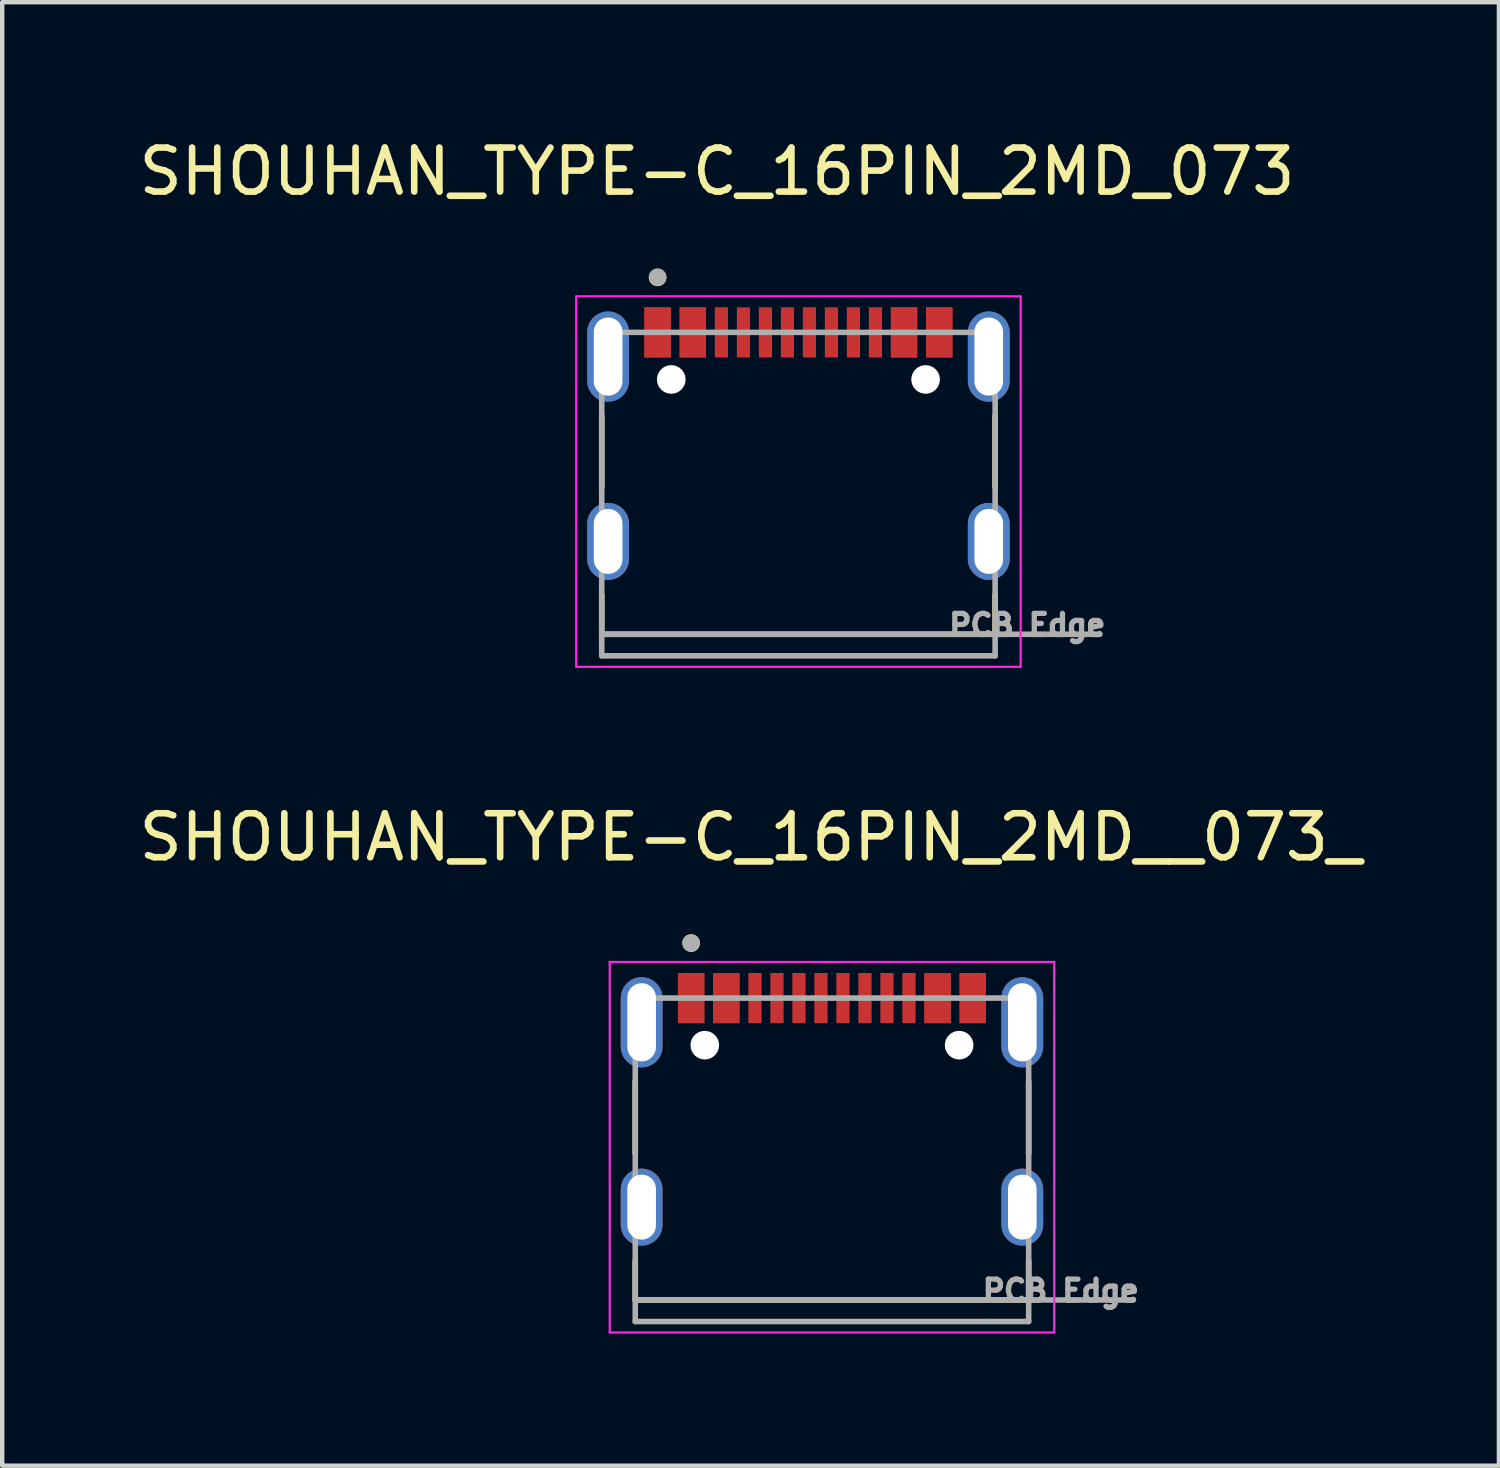
<source format=kicad_pcb>
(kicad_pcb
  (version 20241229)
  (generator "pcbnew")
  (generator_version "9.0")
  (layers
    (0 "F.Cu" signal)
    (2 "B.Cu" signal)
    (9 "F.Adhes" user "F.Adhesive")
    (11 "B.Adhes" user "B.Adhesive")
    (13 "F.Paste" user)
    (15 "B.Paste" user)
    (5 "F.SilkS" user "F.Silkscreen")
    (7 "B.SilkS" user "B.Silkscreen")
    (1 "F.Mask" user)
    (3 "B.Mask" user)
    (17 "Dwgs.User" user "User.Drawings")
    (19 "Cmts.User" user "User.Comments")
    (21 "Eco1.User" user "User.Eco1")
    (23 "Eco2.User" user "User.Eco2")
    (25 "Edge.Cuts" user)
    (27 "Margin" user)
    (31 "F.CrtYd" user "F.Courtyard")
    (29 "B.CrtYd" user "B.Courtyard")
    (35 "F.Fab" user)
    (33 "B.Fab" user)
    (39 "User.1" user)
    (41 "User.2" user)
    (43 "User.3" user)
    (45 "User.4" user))
  (footprint "SHOUHAN_TYPE-C_16PIN_2MD__073_"
    (layer "F.Cu")
    (at 15.856 23.306)
    (property "Reference" "SHOUHAN_TYPE-C_16PIN_2MD__073_" (at -1.85 -7.33 0) (layer "F.SilkS") (effects (font (size 1 1) (thickness 0.15))))
    (attr smd)
    (fp_poly (pts (xy -3.55 -4.295) (xy -2.85 -4.295) (xy -2.85 -3.055) (xy -3.55 -3.055)) (stroke (width 0.01) (type solid)) (fill yes) (layer "F.Mask"))
    (fp_poly (pts (xy -2.75 -4.295) (xy -2.05 -4.295) (xy -2.05 -3.055) (xy -2.75 -3.055)) (stroke (width 0.01) (type solid)) (fill yes) (layer "F.Mask"))
    (fp_poly (pts (xy -1.95 -4.295) (xy -1.55 -4.295) (xy -1.55 -3.055) (xy -1.95 -3.055)) (stroke (width 0.01) (type solid)) (fill yes) (layer "F.Mask"))
    (fp_poly (pts (xy -1.45 -4.295) (xy -1.05 -4.295) (xy -1.05 -3.055) (xy -1.45 -3.055)) (stroke (width 0.01) (type solid)) (fill yes) (layer "F.Mask"))
    (fp_poly (pts (xy -0.95 -4.295) (xy -0.55 -4.295) (xy -0.55 -3.055) (xy -0.95 -3.055)) (stroke (width 0.01) (type solid)) (fill yes) (layer "F.Mask"))
    (fp_poly (pts (xy -0.45 -4.295) (xy -0.05 -4.295) (xy -0.05 -3.055) (xy -0.45 -3.055)) (stroke (width 0.01) (type solid)) (fill yes) (layer "F.Mask"))
    (fp_poly (pts (xy 0.05 -4.295) (xy 0.45 -4.295) (xy 0.45 -3.055) (xy 0.05 -3.055)) (stroke (width 0.01) (type solid)) (fill yes) (layer "F.Mask"))
    (fp_poly (pts (xy 0.55 -4.295) (xy 0.95 -4.295) (xy 0.95 -3.055) (xy 0.55 -3.055)) (stroke (width 0.01) (type solid)) (fill yes) (layer "F.Mask"))
    (fp_poly (pts (xy 1.05 -4.295) (xy 1.45 -4.295) (xy 1.45 -3.055) (xy 1.05 -3.055)) (stroke (width 0.01) (type solid)) (fill yes) (layer "F.Mask"))
    (fp_poly (pts (xy 1.55 -4.295) (xy 1.95 -4.295) (xy 1.95 -3.055) (xy 1.55 -3.055)) (stroke (width 0.01) (type solid)) (fill yes) (layer "F.Mask"))
    (fp_poly (pts (xy 2.05 -4.295) (xy 2.75 -4.295) (xy 2.75 -3.055) (xy 2.05 -3.055)) (stroke (width 0.01) (type solid)) (fill yes) (layer "F.Mask"))
    (fp_poly (pts (xy 2.85 -4.295) (xy 3.55 -4.295) (xy 3.55 -3.055) (xy 2.85 -3.055)) (stroke (width 0.01) (type solid)) (fill yes) (layer "F.Mask"))
    (fp_line (start -4.47 -1.775) (end -4.47 -0.145) (stroke (width 0.127) (type solid)) (layer "F.SilkS"))
    (fp_line (start -4.47 3.185) (end -4.47 2.295) (stroke (width 0.127) (type solid)) (layer "F.SilkS"))
    (fp_line (start -4.47 3.185) (end 4.47 3.185) (stroke (width 0.127) (type solid)) (layer "F.SilkS"))
    (fp_line (start 4.47 -1.775) (end 4.47 -0.145) (stroke (width 0.127) (type solid)) (layer "F.SilkS"))
    (fp_line (start 4.47 3.185) (end 4.47 2.295) (stroke (width 0.127) (type solid)) (layer "F.SilkS"))
    (fp_circle (center -3.2 -4.925) (end -3.1 -4.925) (stroke (width 0.2) (type solid)) (fill no) (layer "F.SilkS"))
    (fp_line (start -5.05 -4.495) (end -5.05 3.925) (stroke (width 0.05) (type solid)) (layer "F.CrtYd"))
    (fp_line (start -5.05 3.925) (end 5.05 3.925) (stroke (width 0.05) (type solid)) (layer "F.CrtYd"))
    (fp_line (start 5.05 -4.495) (end -5.05 -4.495) (stroke (width 0.05) (type solid)) (layer "F.CrtYd"))
    (fp_line (start 5.05 3.925) (end 5.05 -4.495) (stroke (width 0.05) (type solid)) (layer "F.CrtYd"))
    (fp_line (start -4.47 -3.675) (end -4.47 3.185) (stroke (width 0.127) (type solid)) (layer "F.Fab"))
    (fp_line (start -4.47 3.185) (end -4.47 3.675) (stroke (width 0.127) (type solid)) (layer "F.Fab"))
    (fp_line (start -4.47 3.185) (end 6.85 3.185) (stroke (width 0.127) (type solid)) (layer "F.Fab"))
    (fp_line (start -4.47 3.675) (end 4.47 3.675) (stroke (width 0.127) (type solid)) (layer "F.Fab"))
    (fp_line (start 4.47 -3.675) (end -4.47 -3.675) (stroke (width 0.127) (type solid)) (layer "F.Fab"))
    (fp_line (start 4.47 3.675) (end 4.47 -3.675) (stroke (width 0.127) (type solid)) (layer "F.Fab"))
    (fp_circle (center -3.2 -4.925) (end -3.1 -4.925) (stroke (width 0.2) (type solid)) (fill no) (layer "F.Fab"))
    (fp_text user "PCB Edge" (at 5.2 2.975 0) (layer "F.Fab") (effects (font (size 0.48 0.48) (thickness 0.15))))
    (pad "" np_thru_hole circle (at -2.89 -2.605) (size 0.65 0.65) (drill 0.65) (layers "*.Cu" "*.Mask"))
    (pad "" np_thru_hole circle (at 2.89 -2.605) (size 0.65 0.65) (drill 0.65) (layers "*.Cu" "*.Mask"))
    (pad "A1" smd rect (at -3.2 -3.675) (size 0.6 1.14) (layers "F.Cu" "F.Paste"))
    (pad "A4" smd rect (at -2.4 -3.675) (size 0.6 1.14) (layers "F.Cu" "F.Paste"))
    (pad "A5" smd rect (at -1.25 -3.675) (size 0.3 1.14) (layers "F.Cu" "F.Paste"))
    (pad "A6" smd rect (at -0.25 -3.675) (size 0.3 1.14) (layers "F.Cu" "F.Paste"))
    (pad "A7" smd rect (at 0.25 -3.675) (size 0.3 1.14) (layers "F.Cu" "F.Paste"))
    (pad "A8" smd rect (at 1.25 -3.675) (size 0.3 1.14) (layers "F.Cu" "F.Paste"))
    (pad "A9" smd rect (at 2.4 -3.675) (size 0.6 1.14) (layers "F.Cu" "F.Paste"))
    (pad "A12" smd rect (at 3.2 -3.675) (size 0.6 1.14) (layers "F.Cu" "F.Paste"))
    (pad "B1" smd rect (at 3.2 -3.675) (size 0.6 1.14) (layers "F.Cu" "F.Paste"))
    (pad "B4" smd rect (at 2.4 -3.675) (size 0.6 1.14) (layers "F.Cu" "F.Paste"))
    (pad "B5" smd rect (at 1.75 -3.675) (size 0.3 1.14) (layers "F.Cu" "F.Paste"))
    (pad "B6" smd rect (at 0.75 -3.675) (size 0.3 1.14) (layers "F.Cu" "F.Paste"))
    (pad "B7" smd rect (at -0.75 -3.675) (size 0.3 1.14) (layers "F.Cu" "F.Paste"))
    (pad "B8" smd rect (at -1.75 -3.675) (size 0.3 1.14) (layers "F.Cu" "F.Paste"))
    (pad "B9" smd rect (at -2.4 -3.675) (size 0.6 1.14) (layers "F.Cu" "F.Paste"))
    (pad "B12" smd rect (at -3.2 -3.675) (size 0.6 1.14) (layers "F.Cu" "F.Paste"))
    (pad "S1" thru_hole oval (at -4.325 -3.125) (size 0.95 2.05) (drill oval 0.65 1.776) (layers "*.Cu" "*.Mask"))
    (pad "S1" thru_hole oval (at -4.325 1.075) (size 0.95 1.75) (drill oval 0.65 1.476) (layers "*.Cu" "*.Mask"))
    (pad "S1" thru_hole oval (at 4.325 -3.125) (size 0.95 2.05) (drill oval 0.65 1.776) (layers "*.Cu" "*.Mask"))
    (pad "S1" thru_hole oval (at 4.325 1.075) (size 0.95 1.75) (drill oval 0.65 1.476) (layers "*.Cu" "*.Mask")))
  (footprint "SHOUHAN_TYPE-C_16PIN_2MD_073"
    (layer "F.Cu")
    (at 15.094 8.178)
    (property "Reference" "SHOUHAN_TYPE-C_16PIN_2MD_073" (at -1.85 -7.33 0) (layer "F.SilkS") (effects (font (size 1 1) (thickness 0.15))))
    (attr smd)
    (fp_poly (pts (xy -3.55 -4.295) (xy -2.85 -4.295) (xy -2.85 -3.055) (xy -3.55 -3.055)) (stroke (width 0.01) (type solid)) (fill yes) (layer "F.Mask"))
    (fp_poly (pts (xy -2.75 -4.295) (xy -2.05 -4.295) (xy -2.05 -3.055) (xy -2.75 -3.055)) (stroke (width 0.01) (type solid)) (fill yes) (layer "F.Mask"))
    (fp_poly (pts (xy -1.95 -4.295) (xy -1.55 -4.295) (xy -1.55 -3.055) (xy -1.95 -3.055)) (stroke (width 0.01) (type solid)) (fill yes) (layer "F.Mask"))
    (fp_poly (pts (xy -1.45 -4.295) (xy -1.05 -4.295) (xy -1.05 -3.055) (xy -1.45 -3.055)) (stroke (width 0.01) (type solid)) (fill yes) (layer "F.Mask"))
    (fp_poly (pts (xy -0.95 -4.295) (xy -0.55 -4.295) (xy -0.55 -3.055) (xy -0.95 -3.055)) (stroke (width 0.01) (type solid)) (fill yes) (layer "F.Mask"))
    (fp_poly (pts (xy -0.45 -4.295) (xy -0.05 -4.295) (xy -0.05 -3.055) (xy -0.45 -3.055)) (stroke (width 0.01) (type solid)) (fill yes) (layer "F.Mask"))
    (fp_poly (pts (xy 0.05 -4.295) (xy 0.45 -4.295) (xy 0.45 -3.055) (xy 0.05 -3.055)) (stroke (width 0.01) (type solid)) (fill yes) (layer "F.Mask"))
    (fp_poly (pts (xy 0.55 -4.295) (xy 0.95 -4.295) (xy 0.95 -3.055) (xy 0.55 -3.055)) (stroke (width 0.01) (type solid)) (fill yes) (layer "F.Mask"))
    (fp_poly (pts (xy 1.05 -4.295) (xy 1.45 -4.295) (xy 1.45 -3.055) (xy 1.05 -3.055)) (stroke (width 0.01) (type solid)) (fill yes) (layer "F.Mask"))
    (fp_poly (pts (xy 1.55 -4.295) (xy 1.95 -4.295) (xy 1.95 -3.055) (xy 1.55 -3.055)) (stroke (width 0.01) (type solid)) (fill yes) (layer "F.Mask"))
    (fp_poly (pts (xy 2.05 -4.295) (xy 2.75 -4.295) (xy 2.75 -3.055) (xy 2.05 -3.055)) (stroke (width 0.01) (type solid)) (fill yes) (layer "F.Mask"))
    (fp_poly (pts (xy 2.85 -4.295) (xy 3.55 -4.295) (xy 3.55 -3.055) (xy 2.85 -3.055)) (stroke (width 0.01) (type solid)) (fill yes) (layer "F.Mask"))
    (fp_line (start -4.47 -1.775) (end -4.47 -0.145) (stroke (width 0.127) (type solid)) (layer "F.SilkS"))
    (fp_line (start -4.47 3.185) (end -4.47 2.295) (stroke (width 0.127) (type solid)) (layer "F.SilkS"))
    (fp_line (start -4.47 3.185) (end 4.47 3.185) (stroke (width 0.127) (type solid)) (layer "F.SilkS"))
    (fp_line (start 4.47 -1.775) (end 4.47 -0.145) (stroke (width 0.127) (type solid)) (layer "F.SilkS"))
    (fp_line (start 4.47 3.185) (end 4.47 2.295) (stroke (width 0.127) (type solid)) (layer "F.SilkS"))
    (fp_circle (center -3.2 -4.925) (end -3.1 -4.925) (stroke (width 0.2) (type solid)) (fill no) (layer "F.SilkS"))
    (fp_line (start -5.05 -4.495) (end -5.05 3.925) (stroke (width 0.05) (type solid)) (layer "F.CrtYd"))
    (fp_line (start -5.05 3.925) (end 5.05 3.925) (stroke (width 0.05) (type solid)) (layer "F.CrtYd"))
    (fp_line (start 5.05 -4.495) (end -5.05 -4.495) (stroke (width 0.05) (type solid)) (layer "F.CrtYd"))
    (fp_line (start 5.05 3.925) (end 5.05 -4.495) (stroke (width 0.05) (type solid)) (layer "F.CrtYd"))
    (fp_line (start -4.47 -3.675) (end -4.47 3.185) (stroke (width 0.127) (type solid)) (layer "F.Fab"))
    (fp_line (start -4.47 3.185) (end -4.47 3.675) (stroke (width 0.127) (type solid)) (layer "F.Fab"))
    (fp_line (start -4.47 3.185) (end 6.85 3.185) (stroke (width 0.127) (type solid)) (layer "F.Fab"))
    (fp_line (start -4.47 3.675) (end 4.47 3.675) (stroke (width 0.127) (type solid)) (layer "F.Fab"))
    (fp_line (start 4.47 -3.675) (end -4.47 -3.675) (stroke (width 0.127) (type solid)) (layer "F.Fab"))
    (fp_line (start 4.47 3.675) (end 4.47 -3.675) (stroke (width 0.127) (type solid)) (layer "F.Fab"))
    (fp_circle (center -3.2 -4.925) (end -3.1 -4.925) (stroke (width 0.2) (type solid)) (fill no) (layer "F.Fab"))
    (fp_text user "PCB Edge" (at 5.2 2.975 0) (layer "F.Fab") (effects (font (size 0.48 0.48) (thickness 0.15))))
    (pad "" np_thru_hole circle (at -2.89 -2.605) (size 0.65 0.65) (drill 0.65) (layers "*.Cu" "*.Mask"))
    (pad "" np_thru_hole circle (at 2.89 -2.605) (size 0.65 0.65) (drill 0.65) (layers "*.Cu" "*.Mask"))
    (pad "A1" smd rect (at -3.2 -3.675) (size 0.6 1.14) (layers "F.Cu" "F.Paste"))
    (pad "A4" smd rect (at -2.4 -3.675) (size 0.6 1.14) (layers "F.Cu" "F.Paste"))
    (pad "A5" smd rect (at -1.25 -3.675) (size 0.3 1.14) (layers "F.Cu" "F.Paste"))
    (pad "A6" smd rect (at -0.25 -3.675) (size 0.3 1.14) (layers "F.Cu" "F.Paste"))
    (pad "A7" smd rect (at 0.25 -3.675) (size 0.3 1.14) (layers "F.Cu" "F.Paste"))
    (pad "A8" smd rect (at 1.25 -3.675) (size 0.3 1.14) (layers "F.Cu" "F.Paste"))
    (pad "A9" smd rect (at 2.4 -3.675) (size 0.6 1.14) (layers "F.Cu" "F.Paste"))
    (pad "A12" smd rect (at 3.2 -3.675) (size 0.6 1.14) (layers "F.Cu" "F.Paste"))
    (pad "B1" smd rect (at 3.2 -3.675) (size 0.6 1.14) (layers "F.Cu" "F.Paste"))
    (pad "B4" smd rect (at 2.4 -3.675) (size 0.6 1.14) (layers "F.Cu" "F.Paste"))
    (pad "B5" smd rect (at 1.75 -3.675) (size 0.3 1.14) (layers "F.Cu" "F.Paste"))
    (pad "B6" smd rect (at 0.75 -3.675) (size 0.3 1.14) (layers "F.Cu" "F.Paste"))
    (pad "B7" smd rect (at -0.75 -3.675) (size 0.3 1.14) (layers "F.Cu" "F.Paste"))
    (pad "B8" smd rect (at -1.75 -3.675) (size 0.3 1.14) (layers "F.Cu" "F.Paste"))
    (pad "B9" smd rect (at -2.4 -3.675) (size 0.6 1.14) (layers "F.Cu" "F.Paste"))
    (pad "B12" smd rect (at -3.2 -3.675) (size 0.6 1.14) (layers "F.Cu" "F.Paste"))
    (pad "S1" thru_hole oval (at -4.325 -3.125) (size 0.95 2.05) (drill oval 0.65 1.776) (layers "*.Cu" "*.Mask"))
    (pad "S1" thru_hole oval (at -4.325 1.075) (size 0.95 1.75) (drill oval 0.65 1.476) (layers "*.Cu" "*.Mask"))
    (pad "S1" thru_hole oval (at 4.325 -3.125) (size 0.95 2.05) (drill oval 0.65 1.776) (layers "*.Cu" "*.Mask"))
    (pad "S1" thru_hole oval (at 4.325 1.075) (size 0.95 1.75) (drill oval 0.65 1.476) (layers "*.Cu" "*.Mask")))
  (gr_rect
    (start -3 -3)
    (end 31.012 30.256)
    (stroke (width 0.1) (type default))
    (fill no)
    (layer "Edge.Cuts")))
</source>
